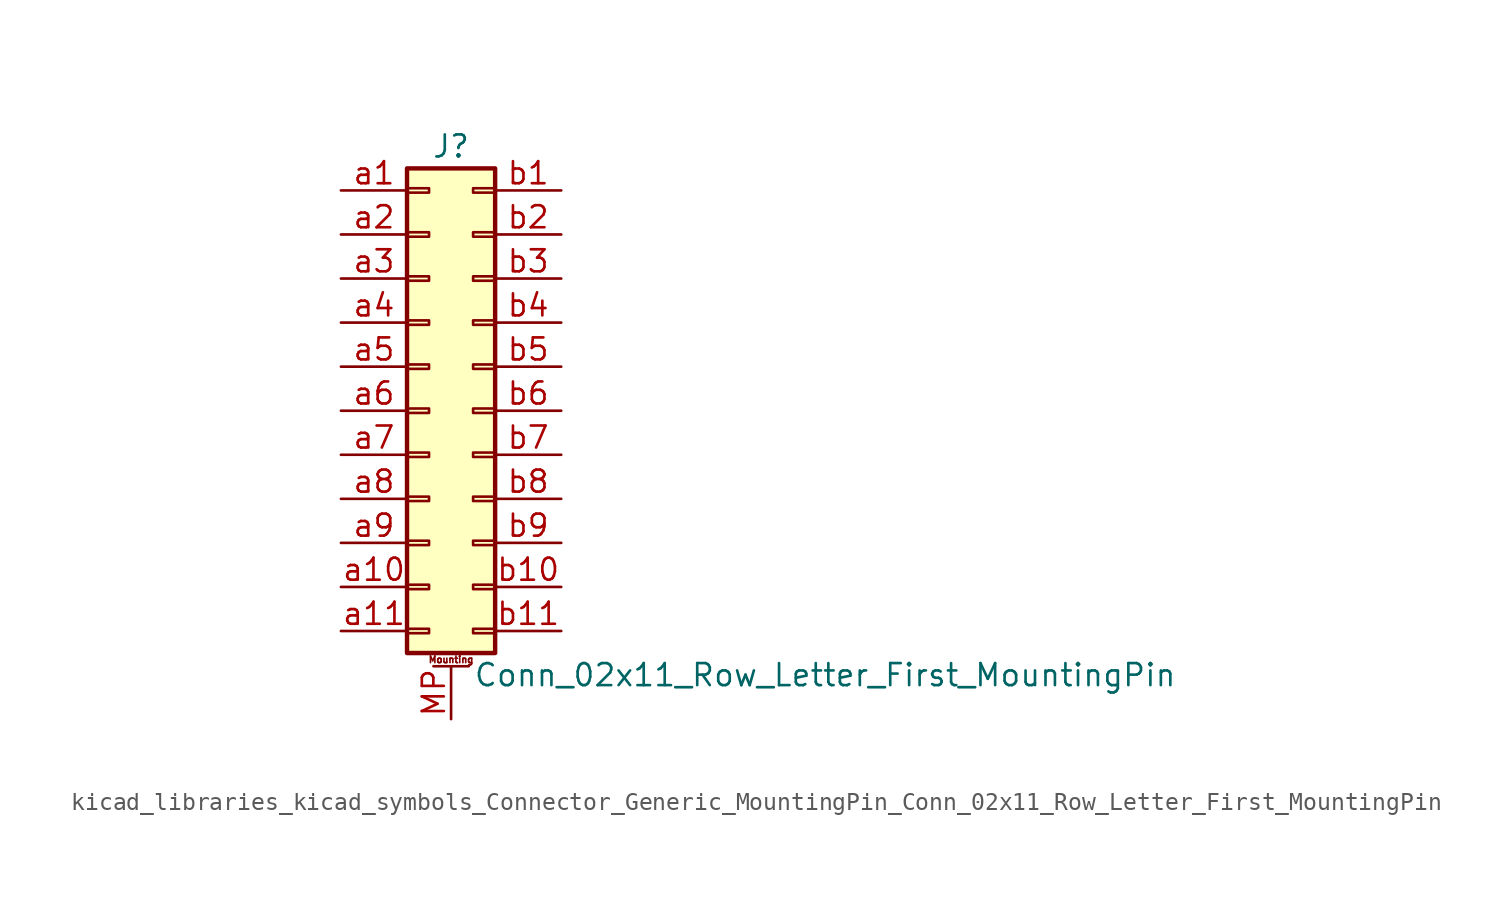
<source format=kicad_sym>
(kicad_symbol_lib
  (version 20220914)
  (generator kicad_symbol_editor)
  (symbol "kicad_libraries_kicad_symbols_Connector_Generic_MountingPin_Conn_02x11_Row_Letter_First_MountingPin"
    (pin_names
      (offset 1.016) hide)
    (property "Reference" "J"
      (at 1.27 15.24 0)
      (effects (font (size 1.27 1.27))))
    (property "Value" "Conn_02x11_Row_Letter_First_MountingPin"
      (at 2.54 -15.24 0)
      (effects (font (size 1.27 1.27)) (justify left)))
    (symbol "kicad_libraries_kicad_symbols_Connector_Generic_MountingPin_Conn_02x11_Row_Letter_First_MountingPin_1_1"
      (rectangle (start -1.27 -12.573) (end 0 -12.827) (stroke (width 0.152) (type default)) (fill (type none)))
      (rectangle (start -1.27 -10.033) (end 0 -10.287) (stroke (width 0.152) (type default)) (fill (type none)))
      (rectangle (start -1.27 -7.493) (end 0 -7.747) (stroke (width 0.152) (type default)) (fill (type none)))
      (rectangle (start -1.27 -4.953) (end 0 -5.207) (stroke (width 0.152) (type default)) (fill (type none)))
      (rectangle (start -1.27 -2.413) (end 0 -2.667) (stroke (width 0.152) (type default)) (fill (type none)))
      (rectangle (start -1.27 0.127) (end 0 -0.127) (stroke (width 0.152) (type default)) (fill (type none)))
      (rectangle (start -1.27 2.667) (end 0 2.413) (stroke (width 0.152) (type default)) (fill (type none)))
      (rectangle (start -1.27 5.207) (end 0 4.953) (stroke (width 0.152) (type default)) (fill (type none)))
      (rectangle (start -1.27 7.747) (end 0 7.493) (stroke (width 0.152) (type default)) (fill (type none)))
      (rectangle (start -1.27 10.287) (end 0 10.033) (stroke (width 0.152) (type default)) (fill (type none)))
      (rectangle (start -1.27 12.827) (end 0 12.573) (stroke (width 0.152) (type default)) (fill (type none)))
      (rectangle (start -1.27 13.97) (end 3.81 -13.97) (stroke (width 0.254) (type default)) (fill (type background)))
      (polyline (pts (xy 0.254 -14.732) (xy 2.286 -14.732)) (stroke (width 0.152) (type default)) (fill (type none)))
      (rectangle (start 3.81 -12.573) (end 2.54 -12.827) (stroke (width 0.152) (type default)) (fill (type none)))
      (rectangle (start 3.81 -10.033) (end 2.54 -10.287) (stroke (width 0.152) (type default)) (fill (type none)))
      (rectangle (start 3.81 -7.493) (end 2.54 -7.747) (stroke (width 0.152) (type default)) (fill (type none)))
      (rectangle (start 3.81 -4.953) (end 2.54 -5.207) (stroke (width 0.152) (type default)) (fill (type none)))
      (rectangle (start 3.81 -2.413) (end 2.54 -2.667) (stroke (width 0.152) (type default)) (fill (type none)))
      (rectangle (start 3.81 0.127) (end 2.54 -0.127) (stroke (width 0.152) (type default)) (fill (type none)))
      (rectangle (start 3.81 2.667) (end 2.54 2.413) (stroke (width 0.152) (type default)) (fill (type none)))
      (rectangle (start 3.81 5.207) (end 2.54 4.953) (stroke (width 0.152) (type default)) (fill (type none)))
      (rectangle (start 3.81 7.747) (end 2.54 7.493) (stroke (width 0.152) (type default)) (fill (type none)))
      (rectangle (start 3.81 10.287) (end 2.54 10.033) (stroke (width 0.152) (type default)) (fill (type none)))
      (rectangle (start 3.81 12.827) (end 2.54 12.573) (stroke (width 0.152) (type default)) (fill (type none)))
      (text "Mounting" (at 1.27 -14.351 0) (effects (font (size 0.381 0.381))))
      (pin passive line (at 1.27 -17.78 90) (length 3.048) (name "MountPin" (effects (font (size 1.27 1.27)))) (number "MP" (effects (font (size 1.27 1.27)))))
      (pin passive line (at -5.08 12.7 0) (length 3.81) (name "Pin_a1" (effects (font (size 1.27 1.27)))) (number "a1" (effects (font (size 1.27 1.27)))))
      (pin passive line (at -5.08 -10.16 0) (length 3.81) (name "Pin_a10" (effects (font (size 1.27 1.27)))) (number "a10" (effects (font (size 1.27 1.27)))))
      (pin passive line (at -5.08 -12.7 0) (length 3.81) (name "Pin_a11" (effects (font (size 1.27 1.27)))) (number "a11" (effects (font (size 1.27 1.27)))))
      (pin passive line (at -5.08 10.16 0) (length 3.81) (name "Pin_a2" (effects (font (size 1.27 1.27)))) (number "a2" (effects (font (size 1.27 1.27)))))
      (pin passive line (at -5.08 7.62 0) (length 3.81) (name "Pin_a3" (effects (font (size 1.27 1.27)))) (number "a3" (effects (font (size 1.27 1.27)))))
      (pin passive line (at -5.08 5.08 0) (length 3.81) (name "Pin_a4" (effects (font (size 1.27 1.27)))) (number "a4" (effects (font (size 1.27 1.27)))))
      (pin passive line (at -5.08 2.54 0) (length 3.81) (name "Pin_a5" (effects (font (size 1.27 1.27)))) (number "a5" (effects (font (size 1.27 1.27)))))
      (pin passive line (at -5.08 0 0) (length 3.81) (name "Pin_a6" (effects (font (size 1.27 1.27)))) (number "a6" (effects (font (size 1.27 1.27)))))
      (pin passive line (at -5.08 -2.54 0) (length 3.81) (name "Pin_a7" (effects (font (size 1.27 1.27)))) (number "a7" (effects (font (size 1.27 1.27)))))
      (pin passive line (at -5.08 -5.08 0) (length 3.81) (name "Pin_a8" (effects (font (size 1.27 1.27)))) (number "a8" (effects (font (size 1.27 1.27)))))
      (pin passive line (at -5.08 -7.62 0) (length 3.81) (name "Pin_a9" (effects (font (size 1.27 1.27)))) (number "a9" (effects (font (size 1.27 1.27)))))
      (pin passive line (at 7.62 12.7 180) (length 3.81) (name "Pin_b1" (effects (font (size 1.27 1.27)))) (number "b1" (effects (font (size 1.27 1.27)))))
      (pin passive line (at 7.62 -10.16 180) (length 3.81) (name "Pin_b10" (effects (font (size 1.27 1.27)))) (number "b10" (effects (font (size 1.27 1.27)))))
      (pin passive line (at 7.62 -12.7 180) (length 3.81) (name "Pin_b11" (effects (font (size 1.27 1.27)))) (number "b11" (effects (font (size 1.27 1.27)))))
      (pin passive line (at 7.62 10.16 180) (length 3.81) (name "Pin_b2" (effects (font (size 1.27 1.27)))) (number "b2" (effects (font (size 1.27 1.27)))))
      (pin passive line (at 7.62 7.62 180) (length 3.81) (name "Pin_b3" (effects (font (size 1.27 1.27)))) (number "b3" (effects (font (size 1.27 1.27)))))
      (pin passive line (at 7.62 5.08 180) (length 3.81) (name "Pin_b4" (effects (font (size 1.27 1.27)))) (number "b4" (effects (font (size 1.27 1.27)))))
      (pin passive line (at 7.62 2.54 180) (length 3.81) (name "Pin_b5" (effects (font (size 1.27 1.27)))) (number "b5" (effects (font (size 1.27 1.27)))))
      (pin passive line (at 7.62 0 180) (length 3.81) (name "Pin_b6" (effects (font (size 1.27 1.27)))) (number "b6" (effects (font (size 1.27 1.27)))))
      (pin passive line (at 7.62 -2.54 180) (length 3.81) (name "Pin_b7" (effects (font (size 1.27 1.27)))) (number "b7" (effects (font (size 1.27 1.27)))))
      (pin passive line (at 7.62 -5.08 180) (length 3.81) (name "Pin_b8" (effects (font (size 1.27 1.27)))) (number "b8" (effects (font (size 1.27 1.27)))))
      (pin passive line (at 7.62 -7.62 180) (length 3.81) (name "Pin_b9" (effects (font (size 1.27 1.27)))) (number "b9" (effects (font (size 1.27 1.27))))))))
</source>
